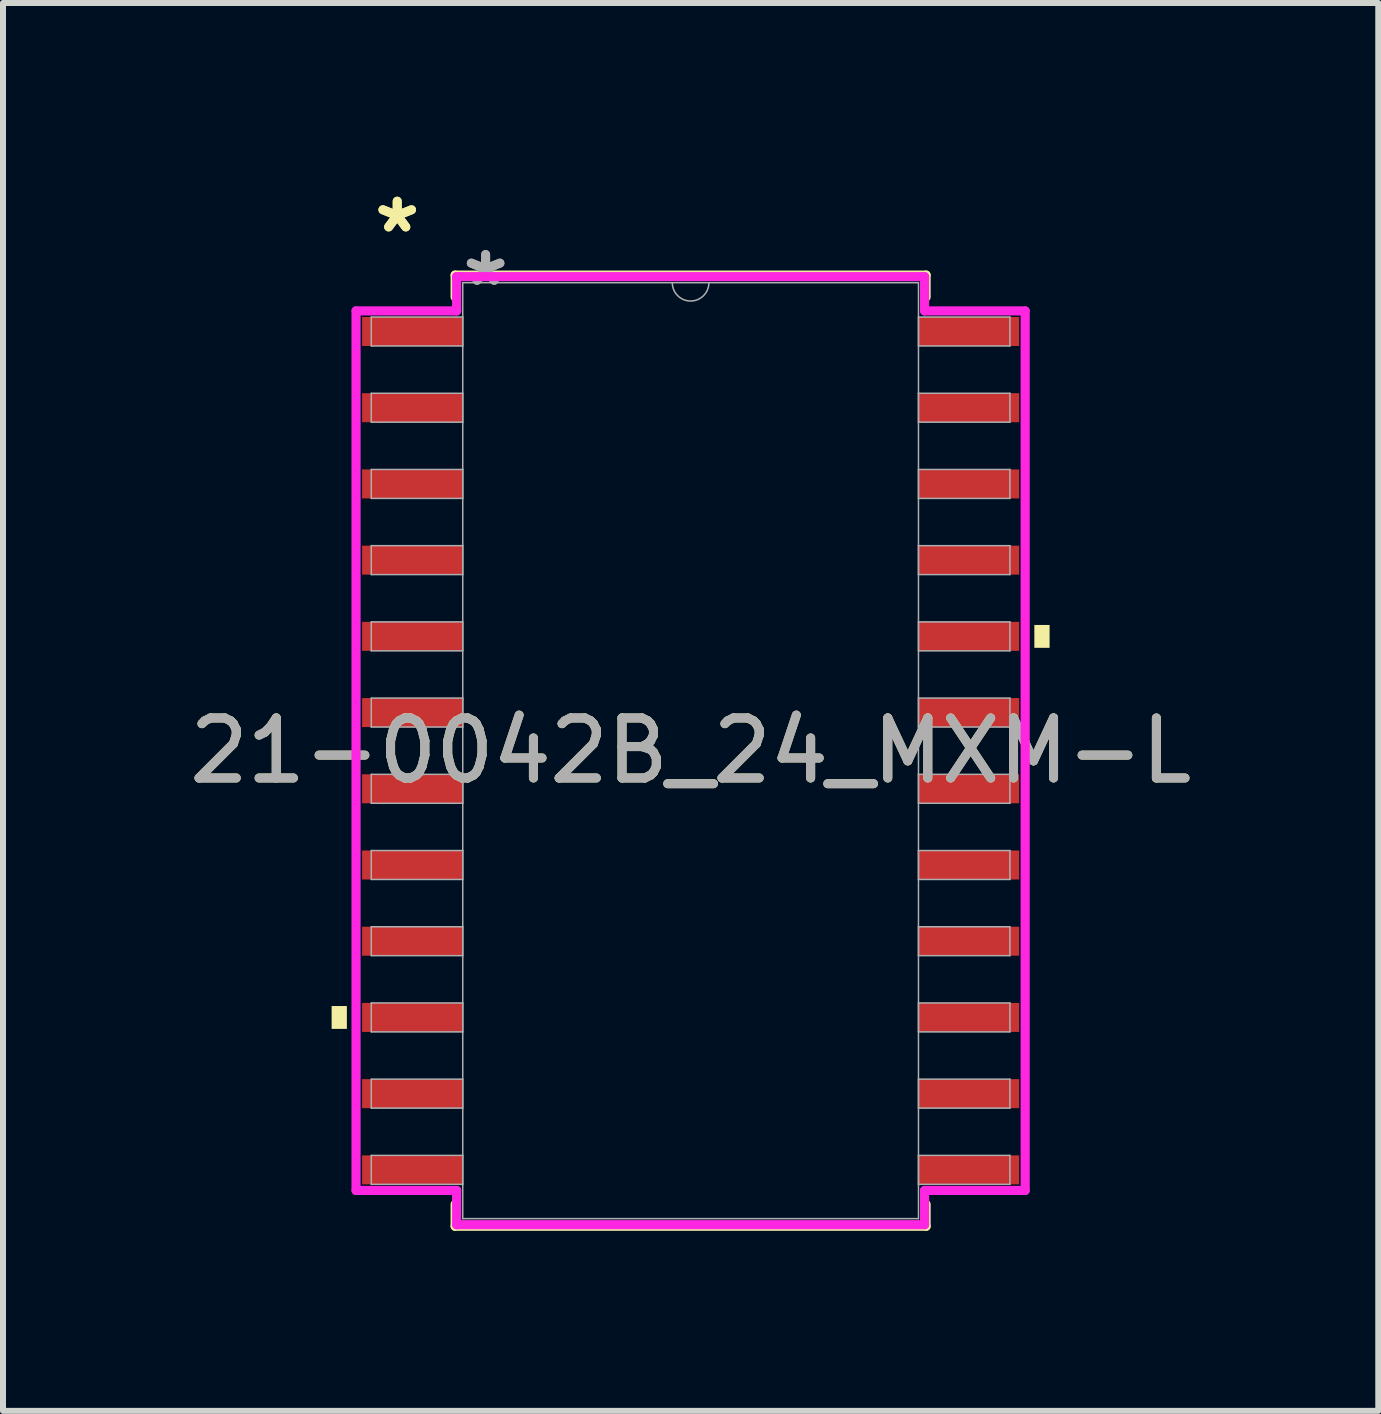
<source format=kicad_pcb>
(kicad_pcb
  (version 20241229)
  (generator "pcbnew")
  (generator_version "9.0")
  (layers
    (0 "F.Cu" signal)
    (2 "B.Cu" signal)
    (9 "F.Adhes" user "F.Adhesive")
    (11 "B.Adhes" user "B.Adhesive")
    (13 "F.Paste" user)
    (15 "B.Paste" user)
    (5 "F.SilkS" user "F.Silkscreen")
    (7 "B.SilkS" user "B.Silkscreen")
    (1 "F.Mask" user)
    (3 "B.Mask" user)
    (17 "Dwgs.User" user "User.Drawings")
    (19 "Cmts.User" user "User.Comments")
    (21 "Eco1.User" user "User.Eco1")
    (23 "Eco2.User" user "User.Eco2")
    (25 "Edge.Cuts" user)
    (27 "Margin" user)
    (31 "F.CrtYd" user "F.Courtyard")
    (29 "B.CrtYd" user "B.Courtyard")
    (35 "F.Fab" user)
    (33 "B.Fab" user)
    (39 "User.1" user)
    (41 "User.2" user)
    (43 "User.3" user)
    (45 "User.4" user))
  (footprint "21-0042B_24_MXM-L"
    (layer "F.Cu")
    (at 8.458 9.459)
    (property "Reference" "21-0042B_24_MXM-L" (at 0 0 0) (unlocked yes) (layer "F.SilkS") (effects (font (size 1 1) (thickness 0.15))))
    (attr smd)
    (fp_line (start -3.924 -7.925) (end -3.924 -7.559) (stroke (width 0.152) (type solid)) (layer "F.SilkS"))
    (fp_line (start -3.924 7.559) (end -3.924 7.925) (stroke (width 0.152) (type solid)) (layer "F.SilkS"))
    (fp_line (start -3.924 7.925) (end 3.924 7.925) (stroke (width 0.152) (type solid)) (layer "F.SilkS"))
    (fp_line (start 3.924 -7.925) (end -3.924 -7.925) (stroke (width 0.152) (type solid)) (layer "F.SilkS"))
    (fp_line (start 3.924 -7.559) (end 3.924 -7.925) (stroke (width 0.152) (type solid)) (layer "F.SilkS"))
    (fp_line (start 3.924 7.925) (end 3.924 7.559) (stroke (width 0.152) (type solid)) (layer "F.SilkS"))
    (fp_poly (pts (xy -5.982 4.255) (xy -5.982 4.636) (xy -5.728 4.636) (xy -5.728 4.255)) (stroke (width 0) (type solid)) (fill yes) (layer "F.SilkS"))
    (fp_poly (pts (xy 5.982 -2.095) (xy 5.982 -1.714) (xy 5.728 -1.714) (xy 5.728 -2.095)) (stroke (width 0) (type solid)) (fill yes) (layer "F.SilkS"))
    (fp_line (start -5.575 -7.328) (end -3.899 -7.328) (stroke (width 0.152) (type solid)) (layer "F.CrtYd"))
    (fp_line (start -5.575 7.328) (end -5.575 -7.328) (stroke (width 0.152) (type solid)) (layer "F.CrtYd"))
    (fp_line (start -5.575 7.328) (end -3.899 7.328) (stroke (width 0.152) (type solid)) (layer "F.CrtYd"))
    (fp_line (start -3.899 -7.899) (end 3.899 -7.899) (stroke (width 0.152) (type solid)) (layer "F.CrtYd"))
    (fp_line (start -3.899 -7.328) (end -3.899 -7.899) (stroke (width 0.152) (type solid)) (layer "F.CrtYd"))
    (fp_line (start -3.899 7.899) (end -3.899 7.328) (stroke (width 0.152) (type solid)) (layer "F.CrtYd"))
    (fp_line (start 3.899 -7.899) (end 3.899 -7.328) (stroke (width 0.152) (type solid)) (layer "F.CrtYd"))
    (fp_line (start 3.899 7.328) (end 3.899 7.899) (stroke (width 0.152) (type solid)) (layer "F.CrtYd"))
    (fp_line (start 3.899 7.899) (end -3.899 7.899) (stroke (width 0.152) (type solid)) (layer "F.CrtYd"))
    (fp_line (start 5.575 -7.328) (end 3.899 -7.328) (stroke (width 0.152) (type solid)) (layer "F.CrtYd"))
    (fp_line (start 5.575 -7.328) (end 5.575 7.328) (stroke (width 0.152) (type solid)) (layer "F.CrtYd"))
    (fp_line (start 5.575 7.328) (end 3.899 7.328) (stroke (width 0.152) (type solid)) (layer "F.CrtYd"))
    (fp_line (start -5.321 -7.226) (end -5.321 -6.744) (stroke (width 0.025) (type solid)) (layer "F.Fab"))
    (fp_line (start -5.321 -6.744) (end -3.797 -6.744) (stroke (width 0.025) (type solid)) (layer "F.Fab"))
    (fp_line (start -5.321 -5.956) (end -5.321 -5.474) (stroke (width 0.025) (type solid)) (layer "F.Fab"))
    (fp_line (start -5.321 -5.474) (end -3.797 -5.474) (stroke (width 0.025) (type solid)) (layer "F.Fab"))
    (fp_line (start -5.321 -4.686) (end -5.321 -4.204) (stroke (width 0.025) (type solid)) (layer "F.Fab"))
    (fp_line (start -5.321 -4.204) (end -3.797 -4.204) (stroke (width 0.025) (type solid)) (layer "F.Fab"))
    (fp_line (start -5.321 -3.416) (end -5.321 -2.934) (stroke (width 0.025) (type solid)) (layer "F.Fab"))
    (fp_line (start -5.321 -2.934) (end -3.797 -2.934) (stroke (width 0.025) (type solid)) (layer "F.Fab"))
    (fp_line (start -5.321 -2.146) (end -5.321 -1.664) (stroke (width 0.025) (type solid)) (layer "F.Fab"))
    (fp_line (start -5.321 -1.664) (end -3.797 -1.664) (stroke (width 0.025) (type solid)) (layer "F.Fab"))
    (fp_line (start -5.321 -0.876) (end -5.321 -0.394) (stroke (width 0.025) (type solid)) (layer "F.Fab"))
    (fp_line (start -5.321 -0.394) (end -3.797 -0.394) (stroke (width 0.025) (type solid)) (layer "F.Fab"))
    (fp_line (start -5.321 0.394) (end -5.321 0.876) (stroke (width 0.025) (type solid)) (layer "F.Fab"))
    (fp_line (start -5.321 0.876) (end -3.797 0.876) (stroke (width 0.025) (type solid)) (layer "F.Fab"))
    (fp_line (start -5.321 1.664) (end -5.321 2.146) (stroke (width 0.025) (type solid)) (layer "F.Fab"))
    (fp_line (start -5.321 2.146) (end -3.797 2.146) (stroke (width 0.025) (type solid)) (layer "F.Fab"))
    (fp_line (start -5.321 2.934) (end -5.321 3.416) (stroke (width 0.025) (type solid)) (layer "F.Fab"))
    (fp_line (start -5.321 3.416) (end -3.797 3.416) (stroke (width 0.025) (type solid)) (layer "F.Fab"))
    (fp_line (start -5.321 4.204) (end -5.321 4.686) (stroke (width 0.025) (type solid)) (layer "F.Fab"))
    (fp_line (start -5.321 4.686) (end -3.797 4.686) (stroke (width 0.025) (type solid)) (layer "F.Fab"))
    (fp_line (start -5.321 5.474) (end -5.321 5.956) (stroke (width 0.025) (type solid)) (layer "F.Fab"))
    (fp_line (start -5.321 5.956) (end -3.797 5.956) (stroke (width 0.025) (type solid)) (layer "F.Fab"))
    (fp_line (start -5.321 6.744) (end -5.321 7.226) (stroke (width 0.025) (type solid)) (layer "F.Fab"))
    (fp_line (start -5.321 7.226) (end -3.797 7.226) (stroke (width 0.025) (type solid)) (layer "F.Fab"))
    (fp_line (start -3.797 -7.798) (end -3.797 7.798) (stroke (width 0.025) (type solid)) (layer "F.Fab"))
    (fp_line (start -3.797 -7.226) (end -5.321 -7.226) (stroke (width 0.025) (type solid)) (layer "F.Fab"))
    (fp_line (start -3.797 -6.744) (end -3.797 -7.226) (stroke (width 0.025) (type solid)) (layer "F.Fab"))
    (fp_line (start -3.797 -5.956) (end -5.321 -5.956) (stroke (width 0.025) (type solid)) (layer "F.Fab"))
    (fp_line (start -3.797 -5.474) (end -3.797 -5.956) (stroke (width 0.025) (type solid)) (layer "F.Fab"))
    (fp_line (start -3.797 -4.686) (end -5.321 -4.686) (stroke (width 0.025) (type solid)) (layer "F.Fab"))
    (fp_line (start -3.797 -4.204) (end -3.797 -4.686) (stroke (width 0.025) (type solid)) (layer "F.Fab"))
    (fp_line (start -3.797 -3.416) (end -5.321 -3.416) (stroke (width 0.025) (type solid)) (layer "F.Fab"))
    (fp_line (start -3.797 -2.934) (end -3.797 -3.416) (stroke (width 0.025) (type solid)) (layer "F.Fab"))
    (fp_line (start -3.797 -2.146) (end -5.321 -2.146) (stroke (width 0.025) (type solid)) (layer "F.Fab"))
    (fp_line (start -3.797 -1.664) (end -3.797 -2.146) (stroke (width 0.025) (type solid)) (layer "F.Fab"))
    (fp_line (start -3.797 -0.876) (end -5.321 -0.876) (stroke (width 0.025) (type solid)) (layer "F.Fab"))
    (fp_line (start -3.797 -0.394) (end -3.797 -0.876) (stroke (width 0.025) (type solid)) (layer "F.Fab"))
    (fp_line (start -3.797 0.394) (end -5.321 0.394) (stroke (width 0.025) (type solid)) (layer "F.Fab"))
    (fp_line (start -3.797 0.876) (end -3.797 0.394) (stroke (width 0.025) (type solid)) (layer "F.Fab"))
    (fp_line (start -3.797 1.664) (end -5.321 1.664) (stroke (width 0.025) (type solid)) (layer "F.Fab"))
    (fp_line (start -3.797 2.146) (end -3.797 1.664) (stroke (width 0.025) (type solid)) (layer "F.Fab"))
    (fp_line (start -3.797 2.934) (end -5.321 2.934) (stroke (width 0.025) (type solid)) (layer "F.Fab"))
    (fp_line (start -3.797 3.416) (end -3.797 2.934) (stroke (width 0.025) (type solid)) (layer "F.Fab"))
    (fp_line (start -3.797 4.204) (end -5.321 4.204) (stroke (width 0.025) (type solid)) (layer "F.Fab"))
    (fp_line (start -3.797 4.686) (end -3.797 4.204) (stroke (width 0.025) (type solid)) (layer "F.Fab"))
    (fp_line (start -3.797 5.474) (end -5.321 5.474) (stroke (width 0.025) (type solid)) (layer "F.Fab"))
    (fp_line (start -3.797 5.956) (end -3.797 5.474) (stroke (width 0.025) (type solid)) (layer "F.Fab"))
    (fp_line (start -3.797 6.744) (end -5.321 6.744) (stroke (width 0.025) (type solid)) (layer "F.Fab"))
    (fp_line (start -3.797 7.226) (end -3.797 6.744) (stroke (width 0.025) (type solid)) (layer "F.Fab"))
    (fp_line (start -3.797 7.798) (end 3.797 7.798) (stroke (width 0.025) (type solid)) (layer "F.Fab"))
    (fp_line (start 3.797 -7.798) (end -3.797 -7.798) (stroke (width 0.025) (type solid)) (layer "F.Fab"))
    (fp_line (start 3.797 -7.226) (end 3.797 -6.744) (stroke (width 0.025) (type solid)) (layer "F.Fab"))
    (fp_line (start 3.797 -6.744) (end 5.321 -6.744) (stroke (width 0.025) (type solid)) (layer "F.Fab"))
    (fp_line (start 3.797 -5.956) (end 3.797 -5.474) (stroke (width 0.025) (type solid)) (layer "F.Fab"))
    (fp_line (start 3.797 -5.474) (end 5.321 -5.474) (stroke (width 0.025) (type solid)) (layer "F.Fab"))
    (fp_line (start 3.797 -4.686) (end 3.797 -4.204) (stroke (width 0.025) (type solid)) (layer "F.Fab"))
    (fp_line (start 3.797 -4.204) (end 5.321 -4.204) (stroke (width 0.025) (type solid)) (layer "F.Fab"))
    (fp_line (start 3.797 -3.416) (end 3.797 -2.934) (stroke (width 0.025) (type solid)) (layer "F.Fab"))
    (fp_line (start 3.797 -2.934) (end 5.321 -2.934) (stroke (width 0.025) (type solid)) (layer "F.Fab"))
    (fp_line (start 3.797 -2.146) (end 3.797 -1.664) (stroke (width 0.025) (type solid)) (layer "F.Fab"))
    (fp_line (start 3.797 -1.664) (end 5.321 -1.664) (stroke (width 0.025) (type solid)) (layer "F.Fab"))
    (fp_line (start 3.797 -0.876) (end 3.797 -0.394) (stroke (width 0.025) (type solid)) (layer "F.Fab"))
    (fp_line (start 3.797 -0.394) (end 5.321 -0.394) (stroke (width 0.025) (type solid)) (layer "F.Fab"))
    (fp_line (start 3.797 0.394) (end 3.797 0.876) (stroke (width 0.025) (type solid)) (layer "F.Fab"))
    (fp_line (start 3.797 0.876) (end 5.321 0.876) (stroke (width 0.025) (type solid)) (layer "F.Fab"))
    (fp_line (start 3.797 1.664) (end 3.797 2.146) (stroke (width 0.025) (type solid)) (layer "F.Fab"))
    (fp_line (start 3.797 2.146) (end 5.321 2.146) (stroke (width 0.025) (type solid)) (layer "F.Fab"))
    (fp_line (start 3.797 2.934) (end 3.797 3.416) (stroke (width 0.025) (type solid)) (layer "F.Fab"))
    (fp_line (start 3.797 3.416) (end 5.321 3.416) (stroke (width 0.025) (type solid)) (layer "F.Fab"))
    (fp_line (start 3.797 4.204) (end 3.797 4.686) (stroke (width 0.025) (type solid)) (layer "F.Fab"))
    (fp_line (start 3.797 4.686) (end 5.321 4.686) (stroke (width 0.025) (type solid)) (layer "F.Fab"))
    (fp_line (start 3.797 5.474) (end 3.797 5.956) (stroke (width 0.025) (type solid)) (layer "F.Fab"))
    (fp_line (start 3.797 5.956) (end 5.321 5.956) (stroke (width 0.025) (type solid)) (layer "F.Fab"))
    (fp_line (start 3.797 6.744) (end 3.797 7.226) (stroke (width 0.025) (type solid)) (layer "F.Fab"))
    (fp_line (start 3.797 7.226) (end 5.321 7.226) (stroke (width 0.025) (type solid)) (layer "F.Fab"))
    (fp_line (start 3.797 7.798) (end 3.797 -7.798) (stroke (width 0.025) (type solid)) (layer "F.Fab"))
    (fp_line (start 5.321 -7.226) (end 3.797 -7.226) (stroke (width 0.025) (type solid)) (layer "F.Fab"))
    (fp_line (start 5.321 -6.744) (end 5.321 -7.226) (stroke (width 0.025) (type solid)) (layer "F.Fab"))
    (fp_line (start 5.321 -5.956) (end 3.797 -5.956) (stroke (width 0.025) (type solid)) (layer "F.Fab"))
    (fp_line (start 5.321 -5.474) (end 5.321 -5.956) (stroke (width 0.025) (type solid)) (layer "F.Fab"))
    (fp_line (start 5.321 -4.686) (end 3.797 -4.686) (stroke (width 0.025) (type solid)) (layer "F.Fab"))
    (fp_line (start 5.321 -4.204) (end 5.321 -4.686) (stroke (width 0.025) (type solid)) (layer "F.Fab"))
    (fp_line (start 5.321 -3.416) (end 3.797 -3.416) (stroke (width 0.025) (type solid)) (layer "F.Fab"))
    (fp_line (start 5.321 -2.934) (end 5.321 -3.416) (stroke (width 0.025) (type solid)) (layer "F.Fab"))
    (fp_line (start 5.321 -2.146) (end 3.797 -2.146) (stroke (width 0.025) (type solid)) (layer "F.Fab"))
    (fp_line (start 5.321 -1.664) (end 5.321 -2.146) (stroke (width 0.025) (type solid)) (layer "F.Fab"))
    (fp_line (start 5.321 -0.876) (end 3.797 -0.876) (stroke (width 0.025) (type solid)) (layer "F.Fab"))
    (fp_line (start 5.321 -0.394) (end 5.321 -0.876) (stroke (width 0.025) (type solid)) (layer "F.Fab"))
    (fp_line (start 5.321 0.394) (end 3.797 0.394) (stroke (width 0.025) (type solid)) (layer "F.Fab"))
    (fp_line (start 5.321 0.876) (end 5.321 0.394) (stroke (width 0.025) (type solid)) (layer "F.Fab"))
    (fp_line (start 5.321 1.664) (end 3.797 1.664) (stroke (width 0.025) (type solid)) (layer "F.Fab"))
    (fp_line (start 5.321 2.146) (end 5.321 1.664) (stroke (width 0.025) (type solid)) (layer "F.Fab"))
    (fp_line (start 5.321 2.934) (end 3.797 2.934) (stroke (width 0.025) (type solid)) (layer "F.Fab"))
    (fp_line (start 5.321 3.416) (end 5.321 2.934) (stroke (width 0.025) (type solid)) (layer "F.Fab"))
    (fp_line (start 5.321 4.204) (end 3.797 4.204) (stroke (width 0.025) (type solid)) (layer "F.Fab"))
    (fp_line (start 5.321 4.686) (end 5.321 4.204) (stroke (width 0.025) (type solid)) (layer "F.Fab"))
    (fp_line (start 5.321 5.474) (end 3.797 5.474) (stroke (width 0.025) (type solid)) (layer "F.Fab"))
    (fp_line (start 5.321 5.956) (end 5.321 5.474) (stroke (width 0.025) (type solid)) (layer "F.Fab"))
    (fp_line (start 5.321 6.744) (end 3.797 6.744) (stroke (width 0.025) (type solid)) (layer "F.Fab"))
    (fp_line (start 5.321 7.226) (end 5.321 6.744) (stroke (width 0.025) (type solid)) (layer "F.Fab"))
    (fp_arc (start 0.3048 -7.7978) (mid 0 -7.493) (end -0.3048 -7.7978) (stroke (width 0.0254) (type solid)) (layer "F.Fab"))
    (fp_text user "*" (at -4.889 -8.611 0) (unlocked yes) (layer "F.SilkS") (effects (font (size 1 1) (thickness 0.15))))
    (fp_text user "*" (at -4.889 -8.611 0) (layer "F.SilkS") (effects (font (size 1 1) (thickness 0.15))))
    (fp_text user "*" (at -3.416 -7.722 0) (unlocked yes) (layer "F.Fab") (effects (font (size 1 1) (thickness 0.15))))
    (fp_text user "${REFERENCE}" (at 0 0 0) (unlocked yes) (layer "F.Fab") (effects (font (size 1 1) (thickness 0.15))))
    (fp_text user "*" (at -3.416 -7.722 0) (layer "F.Fab") (effects (font (size 1 1) (thickness 0.15))))
    (pad "1" smd rect (at -4.636 -6.985) (size 1.676 0.483) (layers "F.Cu" "F.Mask" "F.Paste"))
    (pad "2" smd rect (at -4.636 -5.715) (size 1.676 0.483) (layers "F.Cu" "F.Mask" "F.Paste"))
    (pad "3" smd rect (at -4.636 -4.445) (size 1.676 0.483) (layers "F.Cu" "F.Mask" "F.Paste"))
    (pad "4" smd rect (at -4.636 -3.175) (size 1.676 0.483) (layers "F.Cu" "F.Mask" "F.Paste"))
    (pad "5" smd rect (at -4.636 -1.905) (size 1.676 0.483) (layers "F.Cu" "F.Mask" "F.Paste"))
    (pad "6" smd rect (at -4.636 -0.635) (size 1.676 0.483) (layers "F.Cu" "F.Mask" "F.Paste"))
    (pad "7" smd rect (at -4.636 0.635) (size 1.676 0.483) (layers "F.Cu" "F.Mask" "F.Paste"))
    (pad "8" smd rect (at -4.636 1.905) (size 1.676 0.483) (layers "F.Cu" "F.Mask" "F.Paste"))
    (pad "9" smd rect (at -4.636 3.175) (size 1.676 0.483) (layers "F.Cu" "F.Mask" "F.Paste"))
    (pad "10" smd rect (at -4.636 4.445) (size 1.676 0.483) (layers "F.Cu" "F.Mask" "F.Paste"))
    (pad "11" smd rect (at -4.636 5.715) (size 1.676 0.483) (layers "F.Cu" "F.Mask" "F.Paste"))
    (pad "12" smd rect (at -4.636 6.985) (size 1.676 0.483) (layers "F.Cu" "F.Mask" "F.Paste"))
    (pad "13" smd rect (at 4.636 6.985) (size 1.676 0.483) (layers "F.Cu" "F.Mask" "F.Paste"))
    (pad "14" smd rect (at 4.636 5.715) (size 1.676 0.483) (layers "F.Cu" "F.Mask" "F.Paste"))
    (pad "15" smd rect (at 4.636 4.445) (size 1.676 0.483) (layers "F.Cu" "F.Mask" "F.Paste"))
    (pad "16" smd rect (at 4.636 3.175) (size 1.676 0.483) (layers "F.Cu" "F.Mask" "F.Paste"))
    (pad "17" smd rect (at 4.636 1.905) (size 1.676 0.483) (layers "F.Cu" "F.Mask" "F.Paste"))
    (pad "18" smd rect (at 4.636 0.635) (size 1.676 0.483) (layers "F.Cu" "F.Mask" "F.Paste"))
    (pad "19" smd rect (at 4.636 -0.635) (size 1.676 0.483) (layers "F.Cu" "F.Mask" "F.Paste"))
    (pad "20" smd rect (at 4.636 -1.905) (size 1.676 0.483) (layers "F.Cu" "F.Mask" "F.Paste"))
    (pad "21" smd rect (at 4.636 -3.175) (size 1.676 0.483) (layers "F.Cu" "F.Mask" "F.Paste"))
    (pad "22" smd rect (at 4.636 -4.445) (size 1.676 0.483) (layers "F.Cu" "F.Mask" "F.Paste"))
    (pad "23" smd rect (at 4.636 -5.715) (size 1.676 0.483) (layers "F.Cu" "F.Mask" "F.Paste"))
    (pad "24" smd rect (at 4.636 -6.985) (size 1.676 0.483) (layers "F.Cu" "F.Mask" "F.Paste")))
  (gr_rect
    (start -3 -3)
    (end 19.917 20.46)
    (stroke (width 0.1) (type default))
    (fill no)
    (layer "Edge.Cuts")))
</source>
